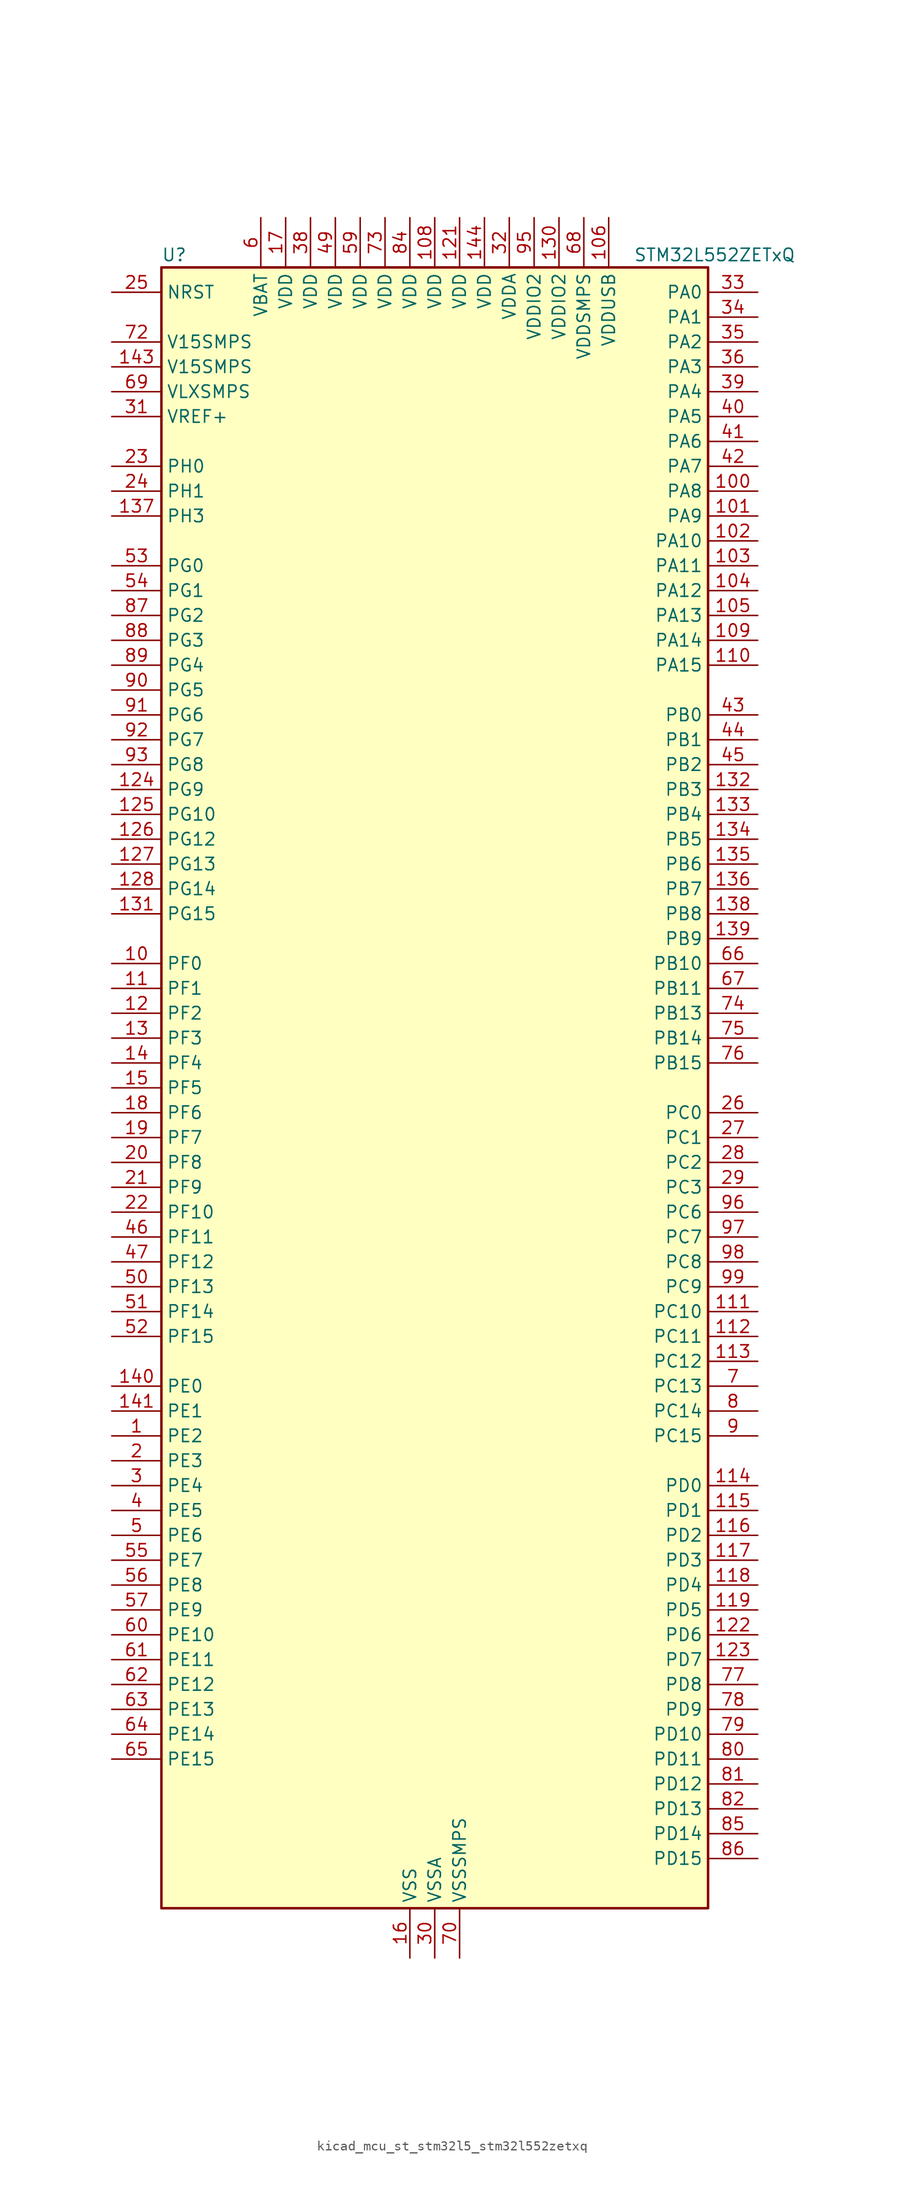
<source format=kicad_sym>
(kicad_symbol_lib
  (version 20220914)
  (generator kicad_symbol_editor)
  (symbol "kicad_mcu_st_stm32l5_stm32l552zetxq"
    (property "Reference" "U"
      (at -27.94 85.09 0)
      (effects (font (size 1.27 1.27)) (justify left)))
    (property "Value" "STM32L552ZETxQ"
      (at 20.32 85.09 0)
      (effects (font (size 1.27 1.27)) (justify left)))
    (property "ki_locked" ""
      (at 0 0 0)
      (effects (font (size 1.27 1.27))))
    (symbol "kicad_mcu_st_stm32l5_stm32l552zetxq_0_1"
      (rectangle (start -27.94 -83.82) (end 27.94 83.82) (stroke (width 0.254) (type default)) (fill (type background))))
    (symbol "kicad_mcu_st_stm32l5_stm32l552zetxq_1_1"
      (pin bidirectional line (at -33.02 -35.56 0) (length 5.08) (name "PE2" (effects (font (size 1.27 1.27)))) (number "1" (effects (font (size 1.27 1.27)))) (alternate "DEBUG_TRACECLK" bidirectional line) (alternate "FMC_A23" bidirectional line) (alternate "SAI1_CK1" bidirectional line) (alternate "SAI1_MCLK_A" bidirectional line) (alternate "TIM3_ETR" bidirectional line) (alternate "TSC_G7_IO1" bidirectional line))
      (pin bidirectional line (at -33.02 12.7 0) (length 5.08) (name "PF0" (effects (font (size 1.27 1.27)))) (number "10" (effects (font (size 1.27 1.27)))) (alternate "FMC_A0" bidirectional line) (alternate "I2C2_SDA" bidirectional line))
      (pin bidirectional line (at 33.02 60.96 180) (length 5.08) (name "PA8" (effects (font (size 1.27 1.27)))) (number "100" (effects (font (size 1.27 1.27)))) (alternate "LPTIM2_OUT" bidirectional line) (alternate "RCC_MCO" bidirectional line) (alternate "SAI1_CK2" bidirectional line) (alternate "SAI1_SCK_A" bidirectional line) (alternate "TIM1_CH1" bidirectional line) (alternate "USART1_CK" bidirectional line))
      (pin bidirectional line (at 33.02 58.42 180) (length 5.08) (name "PA9" (effects (font (size 1.27 1.27)))) (number "101" (effects (font (size 1.27 1.27)))) (alternate "DAC1_EXTI9" bidirectional line) (alternate "SAI1_FS_A" bidirectional line) (alternate "SPI2_SCK" bidirectional line) (alternate "TIM15_BKIN" bidirectional line) (alternate "TIM1_CH2" bidirectional line) (alternate "USART1_TX" bidirectional line))
      (pin bidirectional line (at 33.02 55.88 180) (length 5.08) (name "PA10" (effects (font (size 1.27 1.27)))) (number "102" (effects (font (size 1.27 1.27)))) (alternate "CRS_SYNC" bidirectional line) (alternate "SAI1_D1" bidirectional line) (alternate "SAI1_SD_A" bidirectional line) (alternate "TIM17_BKIN" bidirectional line) (alternate "TIM1_CH3" bidirectional line) (alternate "USART1_RX" bidirectional line))
      (pin bidirectional line (at 33.02 53.34 180) (length 5.08) (name "PA11" (effects (font (size 1.27 1.27)))) (number "103" (effects (font (size 1.27 1.27)))) (alternate "ADC1_EXTI11" bidirectional line) (alternate "ADC2_EXTI11" bidirectional line) (alternate "FDCAN1_RX" bidirectional line) (alternate "SPI1_MISO" bidirectional line) (alternate "TIM1_BKIN2" bidirectional line) (alternate "TIM1_CH4" bidirectional line) (alternate "USART1_CTS" bidirectional line) (alternate "USART1_NSS" bidirectional line) (alternate "USB_DM" bidirectional line))
      (pin bidirectional line (at 33.02 50.8 180) (length 5.08) (name "PA12" (effects (font (size 1.27 1.27)))) (number "104" (effects (font (size 1.27 1.27)))) (alternate "FDCAN1_TX" bidirectional line) (alternate "SPI1_MOSI" bidirectional line) (alternate "TIM1_ETR" bidirectional line) (alternate "USART1_DE" bidirectional line) (alternate "USART1_RTS" bidirectional line) (alternate "USB_DP" bidirectional line))
      (pin bidirectional line (at 33.02 48.26 180) (length 5.08) (name "PA13" (effects (font (size 1.27 1.27)))) (number "105" (effects (font (size 1.27 1.27)))) (alternate "DEBUG_JTMS-SWDIO" bidirectional line) (alternate "IR_OUT" bidirectional line) (alternate "SAI1_SD_B" bidirectional line) (alternate "USB_NOE" bidirectional line))
      (pin power_in line (at 17.78 88.9 270) (length 5.08) (name "VDDUSB" (effects (font (size 1.27 1.27)))) (number "106" (effects (font (size 1.27 1.27)))))
      (pin passive line (at -2.54 -88.9 90) (length 5.08) hide (name "VSS" (effects (font (size 1.27 1.27)))) (number "107" (effects (font (size 1.27 1.27)))))
      (pin power_in line (at 0 88.9 270) (length 5.08) (name "VDD" (effects (font (size 1.27 1.27)))) (number "108" (effects (font (size 1.27 1.27)))))
      (pin bidirectional line (at 33.02 45.72 180) (length 5.08) (name "PA14" (effects (font (size 1.27 1.27)))) (number "109" (effects (font (size 1.27 1.27)))) (alternate "DEBUG_JTCK-SWCLK" bidirectional line) (alternate "I2C1_SMBA" bidirectional line) (alternate "I2C4_SMBA" bidirectional line) (alternate "LPTIM1_OUT" bidirectional line) (alternate "SAI1_FS_B" bidirectional line))
      (pin bidirectional line (at -33.02 10.16 0) (length 5.08) (name "PF1" (effects (font (size 1.27 1.27)))) (number "11" (effects (font (size 1.27 1.27)))) (alternate "FMC_A1" bidirectional line) (alternate "I2C2_SCL" bidirectional line))
      (pin bidirectional line (at 33.02 43.18 180) (length 5.08) (name "PA15" (effects (font (size 1.27 1.27)))) (number "110" (effects (font (size 1.27 1.27)))) (alternate "ADC1_EXTI15" bidirectional line) (alternate "ADC2_EXTI15" bidirectional line) (alternate "DEBUG_JTDI" bidirectional line) (alternate "SAI2_FS_B" bidirectional line) (alternate "SPI1_NSS" bidirectional line) (alternate "SPI3_NSS" bidirectional line) (alternate "TIM2_CH1" bidirectional line) (alternate "TIM2_ETR" bidirectional line) (alternate "UART4_DE" bidirectional line) (alternate "UART4_RTS" bidirectional line) (alternate "UCPD1_CC1" bidirectional line) (alternate "USART2_RX" bidirectional line) (alternate "USART3_DE" bidirectional line) (alternate "USART3_RTS" bidirectional line))
      (pin bidirectional line (at 33.02 -22.86 180) (length 5.08) (name "PC10" (effects (font (size 1.27 1.27)))) (number "111" (effects (font (size 1.27 1.27)))) (alternate "DEBUG_TRACED1" bidirectional line) (alternate "LPTIM3_ETR" bidirectional line) (alternate "SAI2_SCK_B" bidirectional line) (alternate "SDMMC1_D2" bidirectional line) (alternate "SPI3_SCK" bidirectional line) (alternate "TSC_G3_IO2" bidirectional line) (alternate "UART4_TX" bidirectional line) (alternate "USART3_TX" bidirectional line))
      (pin bidirectional line (at 33.02 -25.4 180) (length 5.08) (name "PC11" (effects (font (size 1.27 1.27)))) (number "112" (effects (font (size 1.27 1.27)))) (alternate "ADC1_EXTI11" bidirectional line) (alternate "ADC2_EXTI11" bidirectional line) (alternate "LPTIM3_IN1" bidirectional line) (alternate "OCTOSPI1_NCS" bidirectional line) (alternate "SAI2_MCLK_B" bidirectional line) (alternate "SDMMC1_D3" bidirectional line) (alternate "SPI3_MISO" bidirectional line) (alternate "TSC_G3_IO3" bidirectional line) (alternate "UART4_RX" bidirectional line) (alternate "UCPD1_FRSTX2" bidirectional line) (alternate "USART3_RX" bidirectional line))
      (pin bidirectional line (at 33.02 -27.94 180) (length 5.08) (name "PC12" (effects (font (size 1.27 1.27)))) (number "113" (effects (font (size 1.27 1.27)))) (alternate "DEBUG_TRACED3" bidirectional line) (alternate "SAI2_SD_B" bidirectional line) (alternate "SDMMC1_CK" bidirectional line) (alternate "SPI3_MOSI" bidirectional line) (alternate "TSC_G3_IO4" bidirectional line) (alternate "UART5_TX" bidirectional line) (alternate "USART3_CK" bidirectional line))
      (pin bidirectional line (at 33.02 -40.64 180) (length 5.08) (name "PD0" (effects (font (size 1.27 1.27)))) (number "114" (effects (font (size 1.27 1.27)))) (alternate "FDCAN1_RX" bidirectional line) (alternate "FMC_D2" bidirectional line) (alternate "FMC_DA2" bidirectional line) (alternate "SPI2_NSS" bidirectional line))
      (pin bidirectional line (at 33.02 -43.18 180) (length 5.08) (name "PD1" (effects (font (size 1.27 1.27)))) (number "115" (effects (font (size 1.27 1.27)))) (alternate "FDCAN1_TX" bidirectional line) (alternate "FMC_D3" bidirectional line) (alternate "FMC_DA3" bidirectional line) (alternate "SPI2_SCK" bidirectional line))
      (pin bidirectional line (at 33.02 -45.72 180) (length 5.08) (name "PD2" (effects (font (size 1.27 1.27)))) (number "116" (effects (font (size 1.27 1.27)))) (alternate "DEBUG_TRACED2" bidirectional line) (alternate "SDMMC1_CMD" bidirectional line) (alternate "TIM3_ETR" bidirectional line) (alternate "TSC_SYNC" bidirectional line) (alternate "UART5_RX" bidirectional line) (alternate "USART3_DE" bidirectional line) (alternate "USART3_RTS" bidirectional line))
      (pin bidirectional line (at 33.02 -48.26 180) (length 5.08) (name "PD3" (effects (font (size 1.27 1.27)))) (number "117" (effects (font (size 1.27 1.27)))) (alternate "DFSDM1_DATIN0" bidirectional line) (alternate "FMC_CLK" bidirectional line) (alternate "SPI2_MISO" bidirectional line) (alternate "SPI2_SCK" bidirectional line) (alternate "USART2_CTS" bidirectional line) (alternate "USART2_NSS" bidirectional line))
      (pin bidirectional line (at 33.02 -50.8 180) (length 5.08) (name "PD4" (effects (font (size 1.27 1.27)))) (number "118" (effects (font (size 1.27 1.27)))) (alternate "DFSDM1_CKIN0" bidirectional line) (alternate "FMC_NOE" bidirectional line) (alternate "OCTOSPI1_IO4" bidirectional line) (alternate "SPI2_MOSI" bidirectional line) (alternate "USART2_DE" bidirectional line) (alternate "USART2_RTS" bidirectional line))
      (pin bidirectional line (at 33.02 -53.34 180) (length 5.08) (name "PD5" (effects (font (size 1.27 1.27)))) (number "119" (effects (font (size 1.27 1.27)))) (alternate "FMC_NWE" bidirectional line) (alternate "OCTOSPI1_IO5" bidirectional line) (alternate "USART2_TX" bidirectional line))
      (pin bidirectional line (at -33.02 7.62 0) (length 5.08) (name "PF2" (effects (font (size 1.27 1.27)))) (number "12" (effects (font (size 1.27 1.27)))) (alternate "FMC_A2" bidirectional line) (alternate "I2C2_SMBA" bidirectional line))
      (pin passive line (at -2.54 -88.9 90) (length 5.08) hide (name "VSS" (effects (font (size 1.27 1.27)))) (number "120" (effects (font (size 1.27 1.27)))))
      (pin power_in line (at 2.54 88.9 270) (length 5.08) (name "VDD" (effects (font (size 1.27 1.27)))) (number "121" (effects (font (size 1.27 1.27)))))
      (pin bidirectional line (at 33.02 -55.88 180) (length 5.08) (name "PD6" (effects (font (size 1.27 1.27)))) (number "122" (effects (font (size 1.27 1.27)))) (alternate "DFSDM1_DATIN1" bidirectional line) (alternate "FMC_NWAIT" bidirectional line) (alternate "OCTOSPI1_IO6" bidirectional line) (alternate "SAI1_D1" bidirectional line) (alternate "SAI1_SD_A" bidirectional line) (alternate "SPI3_MOSI" bidirectional line) (alternate "USART2_RX" bidirectional line))
      (pin bidirectional line (at 33.02 -58.42 180) (length 5.08) (name "PD7" (effects (font (size 1.27 1.27)))) (number "123" (effects (font (size 1.27 1.27)))) (alternate "DFSDM1_CKIN1" bidirectional line) (alternate "FMC_NCE" bidirectional line) (alternate "FMC_NE1" bidirectional line) (alternate "OCTOSPI1_IO7" bidirectional line) (alternate "USART2_CK" bidirectional line))
      (pin bidirectional line (at -33.02 30.48 0) (length 5.08) (name "PG9" (effects (font (size 1.27 1.27)))) (number "124" (effects (font (size 1.27 1.27)))) (alternate "DAC1_EXTI9" bidirectional line) (alternate "FMC_NCE" bidirectional line) (alternate "FMC_NE2" bidirectional line) (alternate "SAI2_SCK_A" bidirectional line) (alternate "SPI3_SCK" bidirectional line) (alternate "TIM15_CH1N" bidirectional line) (alternate "USART1_TX" bidirectional line))
      (pin bidirectional line (at -33.02 27.94 0) (length 5.08) (name "PG10" (effects (font (size 1.27 1.27)))) (number "125" (effects (font (size 1.27 1.27)))) (alternate "FMC_NE3" bidirectional line) (alternate "LPTIM1_IN1" bidirectional line) (alternate "SAI2_FS_A" bidirectional line) (alternate "SPI3_MISO" bidirectional line) (alternate "TIM15_CH1" bidirectional line) (alternate "USART1_RX" bidirectional line))
      (pin bidirectional line (at -33.02 25.4 0) (length 5.08) (name "PG12" (effects (font (size 1.27 1.27)))) (number "126" (effects (font (size 1.27 1.27)))) (alternate "FMC_NE4" bidirectional line) (alternate "LPTIM1_ETR" bidirectional line) (alternate "SAI2_SD_A" bidirectional line) (alternate "SPI3_NSS" bidirectional line) (alternate "USART1_DE" bidirectional line) (alternate "USART1_RTS" bidirectional line))
      (pin bidirectional line (at -33.02 22.86 0) (length 5.08) (name "PG13" (effects (font (size 1.27 1.27)))) (number "127" (effects (font (size 1.27 1.27)))) (alternate "FMC_A24" bidirectional line) (alternate "I2C1_SDA" bidirectional line) (alternate "USART1_CK" bidirectional line))
      (pin bidirectional line (at -33.02 20.32 0) (length 5.08) (name "PG14" (effects (font (size 1.27 1.27)))) (number "128" (effects (font (size 1.27 1.27)))) (alternate "FMC_A25" bidirectional line) (alternate "I2C1_SCL" bidirectional line))
      (pin passive line (at -2.54 -88.9 90) (length 5.08) hide (name "VSS" (effects (font (size 1.27 1.27)))) (number "129" (effects (font (size 1.27 1.27)))))
      (pin bidirectional line (at -33.02 5.08 0) (length 5.08) (name "PF3" (effects (font (size 1.27 1.27)))) (number "13" (effects (font (size 1.27 1.27)))) (alternate "FMC_A3" bidirectional line) (alternate "LPTIM3_IN1" bidirectional line))
      (pin power_in line (at 12.7 88.9 270) (length 5.08) (name "VDDIO2" (effects (font (size 1.27 1.27)))) (number "130" (effects (font (size 1.27 1.27)))))
      (pin bidirectional line (at -33.02 17.78 0) (length 5.08) (name "PG15" (effects (font (size 1.27 1.27)))) (number "131" (effects (font (size 1.27 1.27)))) (alternate "ADC1_EXTI15" bidirectional line) (alternate "ADC2_EXTI15" bidirectional line) (alternate "I2C1_SMBA" bidirectional line) (alternate "LPTIM1_OUT" bidirectional line))
      (pin bidirectional line (at 33.02 30.48 180) (length 5.08) (name "PB3" (effects (font (size 1.27 1.27)))) (number "132" (effects (font (size 1.27 1.27)))) (alternate "COMP2_INM" bidirectional line) (alternate "CRS_SYNC" bidirectional line) (alternate "DEBUG_JTDO-SWO" bidirectional line) (alternate "SAI1_SCK_B" bidirectional line) (alternate "SPI1_SCK" bidirectional line) (alternate "SPI3_SCK" bidirectional line) (alternate "TIM2_CH2" bidirectional line) (alternate "USART1_DE" bidirectional line) (alternate "USART1_RTS" bidirectional line))
      (pin bidirectional line (at 33.02 27.94 180) (length 5.08) (name "PB4" (effects (font (size 1.27 1.27)))) (number "133" (effects (font (size 1.27 1.27)))) (alternate "COMP2_INP" bidirectional line) (alternate "DEBUG_JTRST" bidirectional line) (alternate "I2C3_SDA" bidirectional line) (alternate "SAI1_MCLK_B" bidirectional line) (alternate "SPI1_MISO" bidirectional line) (alternate "SPI3_MISO" bidirectional line) (alternate "TIM17_BKIN" bidirectional line) (alternate "TIM3_CH1" bidirectional line) (alternate "TSC_G2_IO1" bidirectional line) (alternate "UART5_DE" bidirectional line) (alternate "UART5_RTS" bidirectional line) (alternate "USART1_CTS" bidirectional line) (alternate "USART1_NSS" bidirectional line))
      (pin bidirectional line (at 33.02 25.4 180) (length 5.08) (name "PB5" (effects (font (size 1.27 1.27)))) (number "134" (effects (font (size 1.27 1.27)))) (alternate "COMP2_OUT" bidirectional line) (alternate "I2C1_SMBA" bidirectional line) (alternate "LPTIM1_IN1" bidirectional line) (alternate "OCTOSPI1_NCLK" bidirectional line) (alternate "SAI1_SD_B" bidirectional line) (alternate "SPI1_MOSI" bidirectional line) (alternate "SPI3_MOSI" bidirectional line) (alternate "TIM16_BKIN" bidirectional line) (alternate "TIM3_CH2" bidirectional line) (alternate "TSC_G2_IO2" bidirectional line) (alternate "UART5_CTS" bidirectional line) (alternate "UCPD1_DBCC1" bidirectional line) (alternate "USART1_CK" bidirectional line))
      (pin bidirectional line (at 33.02 22.86 180) (length 5.08) (name "PB6" (effects (font (size 1.27 1.27)))) (number "135" (effects (font (size 1.27 1.27)))) (alternate "COMP2_INP" bidirectional line) (alternate "I2C1_SCL" bidirectional line) (alternate "I2C4_SCL" bidirectional line) (alternate "LPTIM1_ETR" bidirectional line) (alternate "SAI1_FS_B" bidirectional line) (alternate "TIM16_CH1N" bidirectional line) (alternate "TIM4_CH1" bidirectional line) (alternate "TIM8_BKIN2" bidirectional line) (alternate "TSC_G2_IO3" bidirectional line) (alternate "USART1_TX" bidirectional line))
      (pin bidirectional line (at 33.02 20.32 180) (length 5.08) (name "PB7" (effects (font (size 1.27 1.27)))) (number "136" (effects (font (size 1.27 1.27)))) (alternate "COMP2_INM" bidirectional line) (alternate "FMC_NL" bidirectional line) (alternate "I2C1_SDA" bidirectional line) (alternate "I2C4_SDA" bidirectional line) (alternate "LPTIM1_IN2" bidirectional line) (alternate "PWR_PVD_IN" bidirectional line) (alternate "TIM17_CH1N" bidirectional line) (alternate "TIM4_CH2" bidirectional line) (alternate "TIM8_BKIN" bidirectional line) (alternate "TSC_G2_IO4" bidirectional line) (alternate "UART4_CTS" bidirectional line) (alternate "USART1_RX" bidirectional line))
      (pin bidirectional line (at -33.02 58.42 0) (length 5.08) (name "PH3" (effects (font (size 1.27 1.27)))) (number "137" (effects (font (size 1.27 1.27)))))
      (pin bidirectional line (at 33.02 17.78 180) (length 5.08) (name "PB8" (effects (font (size 1.27 1.27)))) (number "138" (effects (font (size 1.27 1.27)))) (alternate "DFSDM1_CKOUT" bidirectional line) (alternate "FDCAN1_RX" bidirectional line) (alternate "I2C1_SCL" bidirectional line) (alternate "SAI1_CK1" bidirectional line) (alternate "SAI1_MCLK_A" bidirectional line) (alternate "SDMMC1_CKIN" bidirectional line) (alternate "SDMMC1_D4" bidirectional line) (alternate "TIM16_CH1" bidirectional line) (alternate "TIM4_CH3" bidirectional line))
      (pin bidirectional line (at 33.02 15.24 180) (length 5.08) (name "PB9" (effects (font (size 1.27 1.27)))) (number "139" (effects (font (size 1.27 1.27)))) (alternate "DAC1_EXTI9" bidirectional line) (alternate "FDCAN1_TX" bidirectional line) (alternate "I2C1_SDA" bidirectional line) (alternate "IR_OUT" bidirectional line) (alternate "SAI1_D2" bidirectional line) (alternate "SAI1_FS_A" bidirectional line) (alternate "SDMMC1_CDIR" bidirectional line) (alternate "SDMMC1_D5" bidirectional line) (alternate "SPI2_NSS" bidirectional line) (alternate "TIM17_CH1" bidirectional line) (alternate "TIM4_CH4" bidirectional line))
      (pin bidirectional line (at -33.02 2.54 0) (length 5.08) (name "PF4" (effects (font (size 1.27 1.27)))) (number "14" (effects (font (size 1.27 1.27)))) (alternate "FMC_A4" bidirectional line) (alternate "LPTIM3_ETR" bidirectional line))
      (pin bidirectional line (at -33.02 -30.48 0) (length 5.08) (name "PE0" (effects (font (size 1.27 1.27)))) (number "140" (effects (font (size 1.27 1.27)))) (alternate "FMC_NBL0" bidirectional line) (alternate "TIM16_CH1" bidirectional line) (alternate "TIM4_ETR" bidirectional line))
      (pin bidirectional line (at -33.02 -33.02 0) (length 5.08) (name "PE1" (effects (font (size 1.27 1.27)))) (number "141" (effects (font (size 1.27 1.27)))) (alternate "FMC_NBL1" bidirectional line) (alternate "TIM17_CH1" bidirectional line))
      (pin passive line (at -2.54 -88.9 90) (length 5.08) hide (name "VSS" (effects (font (size 1.27 1.27)))) (number "142" (effects (font (size 1.27 1.27)))))
      (pin power_in line (at -33.02 73.66 0) (length 5.08) (name "V15SMPS" (effects (font (size 1.27 1.27)))) (number "143" (effects (font (size 1.27 1.27)))))
      (pin power_in line (at 5.08 88.9 270) (length 5.08) (name "VDD" (effects (font (size 1.27 1.27)))) (number "144" (effects (font (size 1.27 1.27)))))
      (pin bidirectional line (at -33.02 0 0) (length 5.08) (name "PF5" (effects (font (size 1.27 1.27)))) (number "15" (effects (font (size 1.27 1.27)))) (alternate "FMC_A5" bidirectional line) (alternate "LPTIM3_OUT" bidirectional line))
      (pin power_in line (at -2.54 -88.9 90) (length 5.08) (name "VSS" (effects (font (size 1.27 1.27)))) (number "16" (effects (font (size 1.27 1.27)))))
      (pin power_in line (at -15.24 88.9 270) (length 5.08) (name "VDD" (effects (font (size 1.27 1.27)))) (number "17" (effects (font (size 1.27 1.27)))))
      (pin bidirectional line (at -33.02 -2.54 0) (length 5.08) (name "PF6" (effects (font (size 1.27 1.27)))) (number "18" (effects (font (size 1.27 1.27)))) (alternate "OCTOSPI1_IO3" bidirectional line) (alternate "SAI1_SD_B" bidirectional line) (alternate "TIM5_CH1" bidirectional line) (alternate "TIM5_ETR" bidirectional line))
      (pin bidirectional line (at -33.02 -5.08 0) (length 5.08) (name "PF7" (effects (font (size 1.27 1.27)))) (number "19" (effects (font (size 1.27 1.27)))) (alternate "OCTOSPI1_IO2" bidirectional line) (alternate "SAI1_MCLK_B" bidirectional line) (alternate "TAMP_IN6" bidirectional line) (alternate "TAMP_OUT3" bidirectional line) (alternate "TIM5_CH2" bidirectional line))
      (pin bidirectional line (at -33.02 -38.1 0) (length 5.08) (name "PE3" (effects (font (size 1.27 1.27)))) (number "2" (effects (font (size 1.27 1.27)))) (alternate "DEBUG_TRACED0" bidirectional line) (alternate "FMC_A19" bidirectional line) (alternate "OCTOSPI1_DQS" bidirectional line) (alternate "SAI1_SD_B" bidirectional line) (alternate "TIM3_CH1" bidirectional line) (alternate "TSC_G7_IO2" bidirectional line))
      (pin bidirectional line (at -33.02 -7.62 0) (length 5.08) (name "PF8" (effects (font (size 1.27 1.27)))) (number "20" (effects (font (size 1.27 1.27)))) (alternate "OCTOSPI1_IO0" bidirectional line) (alternate "SAI1_SCK_B" bidirectional line) (alternate "TAMP_IN7" bidirectional line) (alternate "TAMP_OUT8" bidirectional line) (alternate "TIM5_CH3" bidirectional line))
      (pin bidirectional line (at -33.02 -10.16 0) (length 5.08) (name "PF9" (effects (font (size 1.27 1.27)))) (number "21" (effects (font (size 1.27 1.27)))) (alternate "DAC1_EXTI9" bidirectional line) (alternate "OCTOSPI1_IO1" bidirectional line) (alternate "SAI1_FS_B" bidirectional line) (alternate "TAMP_IN8" bidirectional line) (alternate "TAMP_OUT7" bidirectional line) (alternate "TIM15_CH1" bidirectional line) (alternate "TIM5_CH4" bidirectional line))
      (pin bidirectional line (at -33.02 -12.7 0) (length 5.08) (name "PF10" (effects (font (size 1.27 1.27)))) (number "22" (effects (font (size 1.27 1.27)))) (alternate "DFSDM1_CKOUT" bidirectional line) (alternate "OCTOSPI1_CLK" bidirectional line) (alternate "SAI1_D3" bidirectional line) (alternate "TIM15_CH2" bidirectional line))
      (pin bidirectional line (at -33.02 63.5 0) (length 5.08) (name "PH0" (effects (font (size 1.27 1.27)))) (number "23" (effects (font (size 1.27 1.27)))) (alternate "RCC_OSC_IN" bidirectional line))
      (pin bidirectional line (at -33.02 60.96 0) (length 5.08) (name "PH1" (effects (font (size 1.27 1.27)))) (number "24" (effects (font (size 1.27 1.27)))) (alternate "RCC_OSC_OUT" bidirectional line))
      (pin input line (at -33.02 81.28 0) (length 5.08) (name "NRST" (effects (font (size 1.27 1.27)))) (number "25" (effects (font (size 1.27 1.27)))))
      (pin bidirectional line (at 33.02 -2.54 180) (length 5.08) (name "PC0" (effects (font (size 1.27 1.27)))) (number "26" (effects (font (size 1.27 1.27)))) (alternate "ADC1_IN1" bidirectional line) (alternate "ADC2_IN1" bidirectional line) (alternate "I2C3_SCL" bidirectional line) (alternate "LPTIM1_IN1" bidirectional line) (alternate "LPTIM2_IN1" bidirectional line) (alternate "LPUART1_RX" bidirectional line) (alternate "OCTOSPI1_IO7" bidirectional line) (alternate "SAI2_FS_A" bidirectional line) (alternate "SDMMC1_D5" bidirectional line))
      (pin bidirectional line (at 33.02 -5.08 180) (length 5.08) (name "PC1" (effects (font (size 1.27 1.27)))) (number "27" (effects (font (size 1.27 1.27)))) (alternate "ADC1_IN2" bidirectional line) (alternate "ADC2_IN2" bidirectional line) (alternate "DEBUG_TRACED0" bidirectional line) (alternate "I2C3_SDA" bidirectional line) (alternate "LPTIM1_OUT" bidirectional line) (alternate "LPUART1_TX" bidirectional line) (alternate "OCTOSPI1_IO4" bidirectional line) (alternate "SAI1_SD_A" bidirectional line) (alternate "SPI2_MOSI" bidirectional line))
      (pin bidirectional line (at 33.02 -7.62 180) (length 5.08) (name "PC2" (effects (font (size 1.27 1.27)))) (number "28" (effects (font (size 1.27 1.27)))) (alternate "ADC1_IN3" bidirectional line) (alternate "ADC2_IN3" bidirectional line) (alternate "DFSDM1_CKOUT" bidirectional line) (alternate "LPTIM1_IN2" bidirectional line) (alternate "OCTOSPI1_IO5" bidirectional line) (alternate "SPI2_MISO" bidirectional line))
      (pin bidirectional line (at 33.02 -10.16 180) (length 5.08) (name "PC3" (effects (font (size 1.27 1.27)))) (number "29" (effects (font (size 1.27 1.27)))) (alternate "ADC1_IN4" bidirectional line) (alternate "ADC2_IN4" bidirectional line) (alternate "LPTIM1_ETR" bidirectional line) (alternate "LPTIM2_ETR" bidirectional line) (alternate "LPTIM3_OUT" bidirectional line) (alternate "OCTOSPI1_IO6" bidirectional line) (alternate "SAI1_D1" bidirectional line) (alternate "SAI1_SD_A" bidirectional line) (alternate "SPI2_MOSI" bidirectional line))
      (pin bidirectional line (at -33.02 -40.64 0) (length 5.08) (name "PE4" (effects (font (size 1.27 1.27)))) (number "3" (effects (font (size 1.27 1.27)))) (alternate "DEBUG_TRACED1" bidirectional line) (alternate "DFSDM1_DATIN3" bidirectional line) (alternate "FMC_A20" bidirectional line) (alternate "SAI1_D2" bidirectional line) (alternate "SAI1_FS_A" bidirectional line) (alternate "TIM3_CH2" bidirectional line) (alternate "TSC_G7_IO3" bidirectional line))
      (pin power_in line (at 0 -88.9 90) (length 5.08) (name "VSSA" (effects (font (size 1.27 1.27)))) (number "30" (effects (font (size 1.27 1.27)))))
      (pin input line (at -33.02 68.58 0) (length 5.08) (name "VREF+" (effects (font (size 1.27 1.27)))) (number "31" (effects (font (size 1.27 1.27)))))
      (pin power_in line (at 7.62 88.9 270) (length 5.08) (name "VDDA" (effects (font (size 1.27 1.27)))) (number "32" (effects (font (size 1.27 1.27)))))
      (pin bidirectional line (at 33.02 81.28 180) (length 5.08) (name "PA0" (effects (font (size 1.27 1.27)))) (number "33" (effects (font (size 1.27 1.27)))) (alternate "ADC1_IN5" bidirectional line) (alternate "ADC2_IN5" bidirectional line) (alternate "OPAMP1_VINP" bidirectional line) (alternate "PWR_WKUP1" bidirectional line) (alternate "SAI1_EXTCLK" bidirectional line) (alternate "TAMP_IN2" bidirectional line) (alternate "TAMP_OUT1" bidirectional line) (alternate "TIM2_CH1" bidirectional line) (alternate "TIM2_ETR" bidirectional line) (alternate "TIM5_CH1" bidirectional line) (alternate "TIM8_ETR" bidirectional line) (alternate "UART4_TX" bidirectional line) (alternate "USART2_CTS" bidirectional line) (alternate "USART2_NSS" bidirectional line))
      (pin bidirectional line (at 33.02 78.74 180) (length 5.08) (name "PA1" (effects (font (size 1.27 1.27)))) (number "34" (effects (font (size 1.27 1.27)))) (alternate "ADC1_IN6" bidirectional line) (alternate "ADC2_IN6" bidirectional line) (alternate "I2C1_SMBA" bidirectional line) (alternate "OCTOSPI1_DQS" bidirectional line) (alternate "OPAMP1_VINM" bidirectional line) (alternate "SPI1_SCK" bidirectional line) (alternate "TAMP_IN5" bidirectional line) (alternate "TAMP_OUT4" bidirectional line) (alternate "TIM15_CH1N" bidirectional line) (alternate "TIM2_CH2" bidirectional line) (alternate "TIM5_CH2" bidirectional line) (alternate "UART4_RX" bidirectional line) (alternate "USART2_DE" bidirectional line) (alternate "USART2_RTS" bidirectional line))
      (pin bidirectional line (at 33.02 76.2 180) (length 5.08) (name "PA2" (effects (font (size 1.27 1.27)))) (number "35" (effects (font (size 1.27 1.27)))) (alternate "ADC1_IN7" bidirectional line) (alternate "ADC2_IN7" bidirectional line) (alternate "COMP1_INP" bidirectional line) (alternate "LPUART1_TX" bidirectional line) (alternate "OCTOSPI1_NCS" bidirectional line) (alternate "PWR_WKUP4" bidirectional line) (alternate "RCC_LSCO" bidirectional line) (alternate "SAI2_EXTCLK" bidirectional line) (alternate "TIM15_CH1" bidirectional line) (alternate "TIM2_CH3" bidirectional line) (alternate "TIM5_CH3" bidirectional line) (alternate "UCPD1_FRSTX1" bidirectional line) (alternate "USART2_TX" bidirectional line))
      (pin bidirectional line (at 33.02 73.66 180) (length 5.08) (name "PA3" (effects (font (size 1.27 1.27)))) (number "36" (effects (font (size 1.27 1.27)))) (alternate "ADC1_IN8" bidirectional line) (alternate "ADC2_IN8" bidirectional line) (alternate "LPUART1_RX" bidirectional line) (alternate "OCTOSPI1_CLK" bidirectional line) (alternate "OPAMP1_VOUT" bidirectional line) (alternate "SAI1_CK1" bidirectional line) (alternate "SAI1_MCLK_A" bidirectional line) (alternate "TIM15_CH2" bidirectional line) (alternate "TIM2_CH4" bidirectional line) (alternate "TIM5_CH4" bidirectional line) (alternate "USART2_RX" bidirectional line))
      (pin passive line (at -2.54 -88.9 90) (length 5.08) hide (name "VSS" (effects (font (size 1.27 1.27)))) (number "37" (effects (font (size 1.27 1.27)))))
      (pin power_in line (at -12.7 88.9 270) (length 5.08) (name "VDD" (effects (font (size 1.27 1.27)))) (number "38" (effects (font (size 1.27 1.27)))))
      (pin bidirectional line (at 33.02 71.12 180) (length 5.08) (name "PA4" (effects (font (size 1.27 1.27)))) (number "39" (effects (font (size 1.27 1.27)))) (alternate "ADC1_IN9" bidirectional line) (alternate "ADC2_IN9" bidirectional line) (alternate "DAC1_OUT1" bidirectional line) (alternate "LPTIM2_OUT" bidirectional line) (alternate "OCTOSPI1_NCS" bidirectional line) (alternate "SAI1_FS_B" bidirectional line) (alternate "SPI1_NSS" bidirectional line) (alternate "SPI3_NSS" bidirectional line) (alternate "USART2_CK" bidirectional line))
      (pin bidirectional line (at -33.02 -43.18 0) (length 5.08) (name "PE5" (effects (font (size 1.27 1.27)))) (number "4" (effects (font (size 1.27 1.27)))) (alternate "DEBUG_TRACED2" bidirectional line) (alternate "DFSDM1_CKIN3" bidirectional line) (alternate "FMC_A21" bidirectional line) (alternate "SAI1_CK2" bidirectional line) (alternate "SAI1_SCK_A" bidirectional line) (alternate "TIM3_CH3" bidirectional line) (alternate "TSC_G7_IO4" bidirectional line))
      (pin bidirectional line (at 33.02 68.58 180) (length 5.08) (name "PA5" (effects (font (size 1.27 1.27)))) (number "40" (effects (font (size 1.27 1.27)))) (alternate "ADC1_IN10" bidirectional line) (alternate "ADC2_IN10" bidirectional line) (alternate "DAC1_OUT2" bidirectional line) (alternate "LPTIM2_ETR" bidirectional line) (alternate "SPI1_SCK" bidirectional line) (alternate "TIM2_CH1" bidirectional line) (alternate "TIM2_ETR" bidirectional line) (alternate "TIM8_CH1N" bidirectional line))
      (pin bidirectional line (at 33.02 66.04 180) (length 5.08) (name "PA6" (effects (font (size 1.27 1.27)))) (number "41" (effects (font (size 1.27 1.27)))) (alternate "ADC1_IN11" bidirectional line) (alternate "ADC2_IN11" bidirectional line) (alternate "LPUART1_CTS" bidirectional line) (alternate "OCTOSPI1_IO3" bidirectional line) (alternate "OPAMP2_VINP" bidirectional line) (alternate "SPI1_MISO" bidirectional line) (alternate "TIM16_CH1" bidirectional line) (alternate "TIM1_BKIN" bidirectional line) (alternate "TIM3_CH1" bidirectional line) (alternate "TIM8_BKIN" bidirectional line) (alternate "USART3_CTS" bidirectional line) (alternate "USART3_NSS" bidirectional line))
      (pin bidirectional line (at 33.02 63.5 180) (length 5.08) (name "PA7" (effects (font (size 1.27 1.27)))) (number "42" (effects (font (size 1.27 1.27)))) (alternate "ADC1_IN12" bidirectional line) (alternate "ADC2_IN12" bidirectional line) (alternate "I2C3_SCL" bidirectional line) (alternate "OCTOSPI1_IO2" bidirectional line) (alternate "OPAMP2_VINM" bidirectional line) (alternate "SPI1_MOSI" bidirectional line) (alternate "TIM17_CH1" bidirectional line) (alternate "TIM1_CH1N" bidirectional line) (alternate "TIM3_CH2" bidirectional line) (alternate "TIM8_CH1N" bidirectional line))
      (pin bidirectional line (at 33.02 38.1 180) (length 5.08) (name "PB0" (effects (font (size 1.27 1.27)))) (number "43" (effects (font (size 1.27 1.27)))) (alternate "ADC1_IN15" bidirectional line) (alternate "ADC2_IN15" bidirectional line) (alternate "COMP1_OUT" bidirectional line) (alternate "OCTOSPI1_IO1" bidirectional line) (alternate "OPAMP2_VOUT" bidirectional line) (alternate "SAI1_EXTCLK" bidirectional line) (alternate "SPI1_NSS" bidirectional line) (alternate "TIM1_CH2N" bidirectional line) (alternate "TIM3_CH3" bidirectional line) (alternate "TIM8_CH2N" bidirectional line) (alternate "USART3_CK" bidirectional line))
      (pin bidirectional line (at 33.02 35.56 180) (length 5.08) (name "PB1" (effects (font (size 1.27 1.27)))) (number "44" (effects (font (size 1.27 1.27)))) (alternate "ADC1_IN16" bidirectional line) (alternate "ADC2_IN16" bidirectional line) (alternate "COMP1_INM" bidirectional line) (alternate "DFSDM1_DATIN0" bidirectional line) (alternate "LPTIM2_IN1" bidirectional line) (alternate "LPUART1_DE" bidirectional line) (alternate "LPUART1_RTS" bidirectional line) (alternate "OCTOSPI1_IO0" bidirectional line) (alternate "TIM1_CH3N" bidirectional line) (alternate "TIM3_CH4" bidirectional line) (alternate "TIM8_CH3N" bidirectional line) (alternate "USART3_DE" bidirectional line) (alternate "USART3_RTS" bidirectional line))
      (pin bidirectional line (at 33.02 33.02 180) (length 5.08) (name "PB2" (effects (font (size 1.27 1.27)))) (number "45" (effects (font (size 1.27 1.27)))) (alternate "COMP1_INP" bidirectional line) (alternate "DFSDM1_CKIN0" bidirectional line) (alternate "I2C3_SMBA" bidirectional line) (alternate "LPTIM1_OUT" bidirectional line) (alternate "OCTOSPI1_DQS" bidirectional line) (alternate "RTC_OUT2" bidirectional line) (alternate "UCPD1_FRSTX1" bidirectional line))
      (pin bidirectional line (at -33.02 -15.24 0) (length 5.08) (name "PF11" (effects (font (size 1.27 1.27)))) (number "46" (effects (font (size 1.27 1.27)))) (alternate "ADC1_EXTI11" bidirectional line) (alternate "ADC2_EXTI11" bidirectional line) (alternate "OCTOSPI1_NCLK" bidirectional line))
      (pin bidirectional line (at -33.02 -17.78 0) (length 5.08) (name "PF12" (effects (font (size 1.27 1.27)))) (number "47" (effects (font (size 1.27 1.27)))) (alternate "FMC_A6" bidirectional line))
      (pin passive line (at -2.54 -88.9 90) (length 5.08) hide (name "VSS" (effects (font (size 1.27 1.27)))) (number "48" (effects (font (size 1.27 1.27)))))
      (pin power_in line (at -10.16 88.9 270) (length 5.08) (name "VDD" (effects (font (size 1.27 1.27)))) (number "49" (effects (font (size 1.27 1.27)))))
      (pin bidirectional line (at -33.02 -45.72 0) (length 5.08) (name "PE6" (effects (font (size 1.27 1.27)))) (number "5" (effects (font (size 1.27 1.27)))) (alternate "DEBUG_TRACED3" bidirectional line) (alternate "FMC_A22" bidirectional line) (alternate "PWR_WKUP3" bidirectional line) (alternate "SAI1_D1" bidirectional line) (alternate "SAI1_SD_A" bidirectional line) (alternate "TAMP_IN3" bidirectional line) (alternate "TAMP_OUT6" bidirectional line) (alternate "TIM3_CH4" bidirectional line))
      (pin bidirectional line (at -33.02 -20.32 0) (length 5.08) (name "PF13" (effects (font (size 1.27 1.27)))) (number "50" (effects (font (size 1.27 1.27)))) (alternate "FMC_A7" bidirectional line) (alternate "I2C4_SMBA" bidirectional line))
      (pin bidirectional line (at -33.02 -22.86 0) (length 5.08) (name "PF14" (effects (font (size 1.27 1.27)))) (number "51" (effects (font (size 1.27 1.27)))) (alternate "FMC_A8" bidirectional line) (alternate "I2C4_SCL" bidirectional line) (alternate "TSC_G8_IO1" bidirectional line))
      (pin bidirectional line (at -33.02 -25.4 0) (length 5.08) (name "PF15" (effects (font (size 1.27 1.27)))) (number "52" (effects (font (size 1.27 1.27)))) (alternate "ADC1_EXTI15" bidirectional line) (alternate "ADC2_EXTI15" bidirectional line) (alternate "FMC_A9" bidirectional line) (alternate "I2C4_SDA" bidirectional line) (alternate "TSC_G8_IO2" bidirectional line))
      (pin bidirectional line (at -33.02 53.34 0) (length 5.08) (name "PG0" (effects (font (size 1.27 1.27)))) (number "53" (effects (font (size 1.27 1.27)))) (alternate "FMC_A10" bidirectional line) (alternate "TSC_G8_IO3" bidirectional line))
      (pin bidirectional line (at -33.02 50.8 0) (length 5.08) (name "PG1" (effects (font (size 1.27 1.27)))) (number "54" (effects (font (size 1.27 1.27)))) (alternate "FMC_A11" bidirectional line) (alternate "TSC_G8_IO4" bidirectional line))
      (pin bidirectional line (at -33.02 -48.26 0) (length 5.08) (name "PE7" (effects (font (size 1.27 1.27)))) (number "55" (effects (font (size 1.27 1.27)))) (alternate "DFSDM1_DATIN2" bidirectional line) (alternate "FMC_D4" bidirectional line) (alternate "FMC_DA4" bidirectional line) (alternate "SAI1_SD_B" bidirectional line) (alternate "TIM1_ETR" bidirectional line))
      (pin bidirectional line (at -33.02 -50.8 0) (length 5.08) (name "PE8" (effects (font (size 1.27 1.27)))) (number "56" (effects (font (size 1.27 1.27)))) (alternate "DFSDM1_CKIN2" bidirectional line) (alternate "FMC_D5" bidirectional line) (alternate "FMC_DA5" bidirectional line) (alternate "SAI1_SCK_B" bidirectional line) (alternate "TIM1_CH1N" bidirectional line))
      (pin bidirectional line (at -33.02 -53.34 0) (length 5.08) (name "PE9" (effects (font (size 1.27 1.27)))) (number "57" (effects (font (size 1.27 1.27)))) (alternate "DAC1_EXTI9" bidirectional line) (alternate "DFSDM1_CKOUT" bidirectional line) (alternate "FMC_D6" bidirectional line) (alternate "FMC_DA6" bidirectional line) (alternate "OCTOSPI1_NCLK" bidirectional line) (alternate "SAI1_FS_B" bidirectional line) (alternate "TIM1_CH1" bidirectional line))
      (pin passive line (at -2.54 -88.9 90) (length 5.08) hide (name "VSS" (effects (font (size 1.27 1.27)))) (number "58" (effects (font (size 1.27 1.27)))))
      (pin power_in line (at -7.62 88.9 270) (length 5.08) (name "VDD" (effects (font (size 1.27 1.27)))) (number "59" (effects (font (size 1.27 1.27)))))
      (pin power_in line (at -17.78 88.9 270) (length 5.08) (name "VBAT" (effects (font (size 1.27 1.27)))) (number "6" (effects (font (size 1.27 1.27)))))
      (pin bidirectional line (at -33.02 -55.88 0) (length 5.08) (name "PE10" (effects (font (size 1.27 1.27)))) (number "60" (effects (font (size 1.27 1.27)))) (alternate "FMC_D7" bidirectional line) (alternate "FMC_DA7" bidirectional line) (alternate "OCTOSPI1_CLK" bidirectional line) (alternate "SAI1_MCLK_B" bidirectional line) (alternate "TIM1_CH2N" bidirectional line) (alternate "TSC_G5_IO1" bidirectional line))
      (pin bidirectional line (at -33.02 -58.42 0) (length 5.08) (name "PE11" (effects (font (size 1.27 1.27)))) (number "61" (effects (font (size 1.27 1.27)))) (alternate "ADC1_EXTI11" bidirectional line) (alternate "ADC2_EXTI11" bidirectional line) (alternate "FMC_D8" bidirectional line) (alternate "FMC_DA8" bidirectional line) (alternate "OCTOSPI1_NCS" bidirectional line) (alternate "TIM1_CH2" bidirectional line) (alternate "TSC_G5_IO2" bidirectional line))
      (pin bidirectional line (at -33.02 -60.96 0) (length 5.08) (name "PE12" (effects (font (size 1.27 1.27)))) (number "62" (effects (font (size 1.27 1.27)))) (alternate "FMC_D9" bidirectional line) (alternate "FMC_DA9" bidirectional line) (alternate "OCTOSPI1_IO0" bidirectional line) (alternate "SPI1_NSS" bidirectional line) (alternate "TIM1_CH3N" bidirectional line) (alternate "TSC_G5_IO3" bidirectional line))
      (pin bidirectional line (at -33.02 -63.5 0) (length 5.08) (name "PE13" (effects (font (size 1.27 1.27)))) (number "63" (effects (font (size 1.27 1.27)))) (alternate "FMC_D10" bidirectional line) (alternate "FMC_DA10" bidirectional line) (alternate "OCTOSPI1_IO1" bidirectional line) (alternate "SPI1_SCK" bidirectional line) (alternate "TIM1_CH3" bidirectional line) (alternate "TSC_G5_IO4" bidirectional line))
      (pin bidirectional line (at -33.02 -66.04 0) (length 5.08) (name "PE14" (effects (font (size 1.27 1.27)))) (number "64" (effects (font (size 1.27 1.27)))) (alternate "FMC_D11" bidirectional line) (alternate "FMC_DA11" bidirectional line) (alternate "OCTOSPI1_IO2" bidirectional line) (alternate "SPI1_MISO" bidirectional line) (alternate "TIM1_BKIN2" bidirectional line) (alternate "TIM1_CH4" bidirectional line))
      (pin bidirectional line (at -33.02 -68.58 0) (length 5.08) (name "PE15" (effects (font (size 1.27 1.27)))) (number "65" (effects (font (size 1.27 1.27)))) (alternate "ADC1_EXTI15" bidirectional line) (alternate "ADC2_EXTI15" bidirectional line) (alternate "FMC_D12" bidirectional line) (alternate "FMC_DA12" bidirectional line) (alternate "OCTOSPI1_IO3" bidirectional line) (alternate "SPI1_MOSI" bidirectional line) (alternate "TIM1_BKIN" bidirectional line))
      (pin bidirectional line (at 33.02 12.7 180) (length 5.08) (name "PB10" (effects (font (size 1.27 1.27)))) (number "66" (effects (font (size 1.27 1.27)))) (alternate "COMP1_OUT" bidirectional line) (alternate "I2C2_SCL" bidirectional line) (alternate "I2C4_SCL" bidirectional line) (alternate "LPTIM3_OUT" bidirectional line) (alternate "LPUART1_RX" bidirectional line) (alternate "OCTOSPI1_CLK" bidirectional line) (alternate "SAI1_SCK_A" bidirectional line) (alternate "SPI2_SCK" bidirectional line) (alternate "TIM2_CH3" bidirectional line) (alternate "TSC_SYNC" bidirectional line) (alternate "USART3_TX" bidirectional line))
      (pin bidirectional line (at 33.02 10.16 180) (length 5.08) (name "PB11" (effects (font (size 1.27 1.27)))) (number "67" (effects (font (size 1.27 1.27)))) (alternate "ADC1_EXTI11" bidirectional line) (alternate "ADC2_EXTI11" bidirectional line) (alternate "COMP2_OUT" bidirectional line) (alternate "I2C2_SDA" bidirectional line) (alternate "I2C4_SDA" bidirectional line) (alternate "LPUART1_TX" bidirectional line) (alternate "OCTOSPI1_NCS" bidirectional line) (alternate "TIM2_CH4" bidirectional line) (alternate "USART3_RX" bidirectional line))
      (pin power_in line (at 15.24 88.9 270) (length 5.08) (name "VDDSMPS" (effects (font (size 1.27 1.27)))) (number "68" (effects (font (size 1.27 1.27)))))
      (pin power_in line (at -33.02 71.12 0) (length 5.08) (name "VLXSMPS" (effects (font (size 1.27 1.27)))) (number "69" (effects (font (size 1.27 1.27)))))
      (pin bidirectional line (at 33.02 -30.48 180) (length 5.08) (name "PC13" (effects (font (size 1.27 1.27)))) (number "7" (effects (font (size 1.27 1.27)))) (alternate "PWR_WKUP2" bidirectional line) (alternate "RTC_OUT1" bidirectional line) (alternate "RTC_TS" bidirectional line) (alternate "TAMP_IN1" bidirectional line) (alternate "TAMP_OUT2" bidirectional line))
      (pin power_in line (at 2.54 -88.9 90) (length 5.08) (name "VSSSMPS" (effects (font (size 1.27 1.27)))) (number "70" (effects (font (size 1.27 1.27)))))
      (pin passive line (at -2.54 -88.9 90) (length 5.08) hide (name "VSS" (effects (font (size 1.27 1.27)))) (number "71" (effects (font (size 1.27 1.27)))))
      (pin power_in line (at -33.02 76.2 0) (length 5.08) (name "V15SMPS" (effects (font (size 1.27 1.27)))) (number "72" (effects (font (size 1.27 1.27)))))
      (pin power_in line (at -5.08 88.9 270) (length 5.08) (name "VDD" (effects (font (size 1.27 1.27)))) (number "73" (effects (font (size 1.27 1.27)))))
      (pin bidirectional line (at 33.02 7.62 180) (length 5.08) (name "PB13" (effects (font (size 1.27 1.27)))) (number "74" (effects (font (size 1.27 1.27)))) (alternate "DFSDM1_CKIN1" bidirectional line) (alternate "I2C2_SCL" bidirectional line) (alternate "LPTIM3_IN1" bidirectional line) (alternate "LPUART1_CTS" bidirectional line) (alternate "SAI2_SCK_A" bidirectional line) (alternate "SPI2_SCK" bidirectional line) (alternate "TIM15_CH1N" bidirectional line) (alternate "TIM1_CH1N" bidirectional line) (alternate "TSC_G1_IO2" bidirectional line) (alternate "UCPD1_FRSTX2" bidirectional line) (alternate "USART3_CTS" bidirectional line) (alternate "USART3_NSS" bidirectional line))
      (pin bidirectional line (at 33.02 5.08 180) (length 5.08) (name "PB14" (effects (font (size 1.27 1.27)))) (number "75" (effects (font (size 1.27 1.27)))) (alternate "DFSDM1_DATIN2" bidirectional line) (alternate "I2C2_SDA" bidirectional line) (alternate "LPTIM3_ETR" bidirectional line) (alternate "SAI2_MCLK_A" bidirectional line) (alternate "SPI2_MISO" bidirectional line) (alternate "TIM15_CH1" bidirectional line) (alternate "TIM1_CH2N" bidirectional line) (alternate "TIM8_CH2N" bidirectional line) (alternate "TSC_G1_IO3" bidirectional line) (alternate "UCPD1_DBCC2" bidirectional line) (alternate "USART3_DE" bidirectional line) (alternate "USART3_RTS" bidirectional line))
      (pin bidirectional line (at 33.02 2.54 180) (length 5.08) (name "PB15" (effects (font (size 1.27 1.27)))) (number "76" (effects (font (size 1.27 1.27)))) (alternate "ADC1_EXTI15" bidirectional line) (alternate "ADC2_EXTI15" bidirectional line) (alternate "DFSDM1_CKIN2" bidirectional line) (alternate "RTC_REFIN" bidirectional line) (alternate "SAI2_SD_A" bidirectional line) (alternate "SPI2_MOSI" bidirectional line) (alternate "TIM15_CH2" bidirectional line) (alternate "TIM1_CH3N" bidirectional line) (alternate "TIM8_CH3N" bidirectional line) (alternate "UCPD1_CC2" bidirectional line))
      (pin bidirectional line (at 33.02 -60.96 180) (length 5.08) (name "PD8" (effects (font (size 1.27 1.27)))) (number "77" (effects (font (size 1.27 1.27)))) (alternate "FMC_D13" bidirectional line) (alternate "FMC_DA13" bidirectional line) (alternate "USART3_TX" bidirectional line))
      (pin bidirectional line (at 33.02 -63.5 180) (length 5.08) (name "PD9" (effects (font (size 1.27 1.27)))) (number "78" (effects (font (size 1.27 1.27)))) (alternate "DAC1_EXTI9" bidirectional line) (alternate "FMC_D14" bidirectional line) (alternate "FMC_DA14" bidirectional line) (alternate "SAI2_MCLK_A" bidirectional line) (alternate "USART3_RX" bidirectional line))
      (pin bidirectional line (at 33.02 -66.04 180) (length 5.08) (name "PD10" (effects (font (size 1.27 1.27)))) (number "79" (effects (font (size 1.27 1.27)))) (alternate "FMC_D15" bidirectional line) (alternate "FMC_DA15" bidirectional line) (alternate "SAI2_SCK_A" bidirectional line) (alternate "TSC_G6_IO1" bidirectional line) (alternate "USART3_CK" bidirectional line))
      (pin bidirectional line (at 33.02 -33.02 180) (length 5.08) (name "PC14" (effects (font (size 1.27 1.27)))) (number "8" (effects (font (size 1.27 1.27)))) (alternate "RCC_OSC32_IN" bidirectional line))
      (pin bidirectional line (at 33.02 -68.58 180) (length 5.08) (name "PD11" (effects (font (size 1.27 1.27)))) (number "80" (effects (font (size 1.27 1.27)))) (alternate "ADC1_EXTI11" bidirectional line) (alternate "ADC2_EXTI11" bidirectional line) (alternate "FMC_A16" bidirectional line) (alternate "FMC_CLE" bidirectional line) (alternate "I2C4_SMBA" bidirectional line) (alternate "LPTIM2_ETR" bidirectional line) (alternate "SAI2_SD_A" bidirectional line) (alternate "TSC_G6_IO2" bidirectional line) (alternate "USART3_CTS" bidirectional line) (alternate "USART3_NSS" bidirectional line))
      (pin bidirectional line (at 33.02 -71.12 180) (length 5.08) (name "PD12" (effects (font (size 1.27 1.27)))) (number "81" (effects (font (size 1.27 1.27)))) (alternate "FMC_A17" bidirectional line) (alternate "FMC_ALE" bidirectional line) (alternate "I2C4_SCL" bidirectional line) (alternate "LPTIM2_IN1" bidirectional line) (alternate "SAI2_FS_A" bidirectional line) (alternate "TIM4_CH1" bidirectional line) (alternate "TSC_G6_IO3" bidirectional line) (alternate "USART3_DE" bidirectional line) (alternate "USART3_RTS" bidirectional line))
      (pin bidirectional line (at 33.02 -73.66 180) (length 5.08) (name "PD13" (effects (font (size 1.27 1.27)))) (number "82" (effects (font (size 1.27 1.27)))) (alternate "FMC_A18" bidirectional line) (alternate "I2C4_SDA" bidirectional line) (alternate "LPTIM2_OUT" bidirectional line) (alternate "TIM4_CH2" bidirectional line) (alternate "TSC_G6_IO4" bidirectional line))
      (pin passive line (at -2.54 -88.9 90) (length 5.08) hide (name "VSS" (effects (font (size 1.27 1.27)))) (number "83" (effects (font (size 1.27 1.27)))))
      (pin power_in line (at -2.54 88.9 270) (length 5.08) (name "VDD" (effects (font (size 1.27 1.27)))) (number "84" (effects (font (size 1.27 1.27)))))
      (pin bidirectional line (at 33.02 -76.2 180) (length 5.08) (name "PD14" (effects (font (size 1.27 1.27)))) (number "85" (effects (font (size 1.27 1.27)))) (alternate "FMC_D0" bidirectional line) (alternate "FMC_DA0" bidirectional line) (alternate "TIM4_CH3" bidirectional line))
      (pin bidirectional line (at 33.02 -78.74 180) (length 5.08) (name "PD15" (effects (font (size 1.27 1.27)))) (number "86" (effects (font (size 1.27 1.27)))) (alternate "ADC1_EXTI15" bidirectional line) (alternate "ADC2_EXTI15" bidirectional line) (alternate "FMC_D1" bidirectional line) (alternate "FMC_DA1" bidirectional line) (alternate "TIM4_CH4" bidirectional line))
      (pin bidirectional line (at -33.02 48.26 0) (length 5.08) (name "PG2" (effects (font (size 1.27 1.27)))) (number "87" (effects (font (size 1.27 1.27)))) (alternate "FMC_A12" bidirectional line) (alternate "SAI2_SCK_B" bidirectional line) (alternate "SPI1_SCK" bidirectional line))
      (pin bidirectional line (at -33.02 45.72 0) (length 5.08) (name "PG3" (effects (font (size 1.27 1.27)))) (number "88" (effects (font (size 1.27 1.27)))) (alternate "FMC_A13" bidirectional line) (alternate "SAI2_FS_B" bidirectional line) (alternate "SPI1_MISO" bidirectional line))
      (pin bidirectional line (at -33.02 43.18 0) (length 5.08) (name "PG4" (effects (font (size 1.27 1.27)))) (number "89" (effects (font (size 1.27 1.27)))) (alternate "FMC_A14" bidirectional line) (alternate "SAI2_MCLK_B" bidirectional line) (alternate "SPI1_MOSI" bidirectional line))
      (pin bidirectional line (at 33.02 -35.56 180) (length 5.08) (name "PC15" (effects (font (size 1.27 1.27)))) (number "9" (effects (font (size 1.27 1.27)))) (alternate "ADC1_EXTI15" bidirectional line) (alternate "ADC2_EXTI15" bidirectional line) (alternate "RCC_OSC32_OUT" bidirectional line))
      (pin bidirectional line (at -33.02 40.64 0) (length 5.08) (name "PG5" (effects (font (size 1.27 1.27)))) (number "90" (effects (font (size 1.27 1.27)))) (alternate "FMC_A15" bidirectional line) (alternate "LPUART1_CTS" bidirectional line) (alternate "SAI2_SD_B" bidirectional line) (alternate "SPI1_NSS" bidirectional line))
      (pin bidirectional line (at -33.02 38.1 0) (length 5.08) (name "PG6" (effects (font (size 1.27 1.27)))) (number "91" (effects (font (size 1.27 1.27)))) (alternate "I2C3_SMBA" bidirectional line) (alternate "LPUART1_DE" bidirectional line) (alternate "LPUART1_RTS" bidirectional line) (alternate "OCTOSPI1_DQS" bidirectional line) (alternate "UCPD1_FRSTX1" bidirectional line))
      (pin bidirectional line (at -33.02 35.56 0) (length 5.08) (name "PG7" (effects (font (size 1.27 1.27)))) (number "92" (effects (font (size 1.27 1.27)))) (alternate "DFSDM1_CKOUT" bidirectional line) (alternate "FMC_INT" bidirectional line) (alternate "I2C3_SCL" bidirectional line) (alternate "LPUART1_TX" bidirectional line) (alternate "SAI1_CK1" bidirectional line) (alternate "SAI1_MCLK_A" bidirectional line) (alternate "UCPD1_FRSTX2" bidirectional line))
      (pin bidirectional line (at -33.02 33.02 0) (length 5.08) (name "PG8" (effects (font (size 1.27 1.27)))) (number "93" (effects (font (size 1.27 1.27)))) (alternate "I2C3_SDA" bidirectional line) (alternate "LPUART1_RX" bidirectional line))
      (pin passive line (at -2.54 -88.9 90) (length 5.08) hide (name "VSS" (effects (font (size 1.27 1.27)))) (number "94" (effects (font (size 1.27 1.27)))))
      (pin power_in line (at 10.16 88.9 270) (length 5.08) (name "VDDIO2" (effects (font (size 1.27 1.27)))) (number "95" (effects (font (size 1.27 1.27)))))
      (pin bidirectional line (at 33.02 -12.7 180) (length 5.08) (name "PC6" (effects (font (size 1.27 1.27)))) (number "96" (effects (font (size 1.27 1.27)))) (alternate "DFSDM1_CKIN3" bidirectional line) (alternate "SAI2_MCLK_A" bidirectional line) (alternate "SDMMC1_D0DIR" bidirectional line) (alternate "SDMMC1_D6" bidirectional line) (alternate "TIM3_CH1" bidirectional line) (alternate "TIM8_CH1" bidirectional line) (alternate "TSC_G4_IO1" bidirectional line))
      (pin bidirectional line (at 33.02 -15.24 180) (length 5.08) (name "PC7" (effects (font (size 1.27 1.27)))) (number "97" (effects (font (size 1.27 1.27)))) (alternate "DFSDM1_DATIN3" bidirectional line) (alternate "SAI2_MCLK_B" bidirectional line) (alternate "SDMMC1_D123DIR" bidirectional line) (alternate "SDMMC1_D7" bidirectional line) (alternate "TIM3_CH2" bidirectional line) (alternate "TIM8_CH2" bidirectional line) (alternate "TSC_G4_IO2" bidirectional line))
      (pin bidirectional line (at 33.02 -17.78 180) (length 5.08) (name "PC8" (effects (font (size 1.27 1.27)))) (number "98" (effects (font (size 1.27 1.27)))) (alternate "SDMMC1_D0" bidirectional line) (alternate "TIM3_CH3" bidirectional line) (alternate "TIM8_CH3" bidirectional line) (alternate "TSC_G4_IO3" bidirectional line))
      (pin bidirectional line (at 33.02 -20.32 180) (length 5.08) (name "PC9" (effects (font (size 1.27 1.27)))) (number "99" (effects (font (size 1.27 1.27)))) (alternate "DAC1_EXTI9" bidirectional line) (alternate "DEBUG_TRACED0" bidirectional line) (alternate "SAI2_EXTCLK" bidirectional line) (alternate "SDMMC1_D1" bidirectional line) (alternate "TIM3_CH4" bidirectional line) (alternate "TIM8_BKIN2" bidirectional line) (alternate "TIM8_CH4" bidirectional line) (alternate "TSC_G4_IO4" bidirectional line) (alternate "USB_NOE" bidirectional line)))))
</source>
